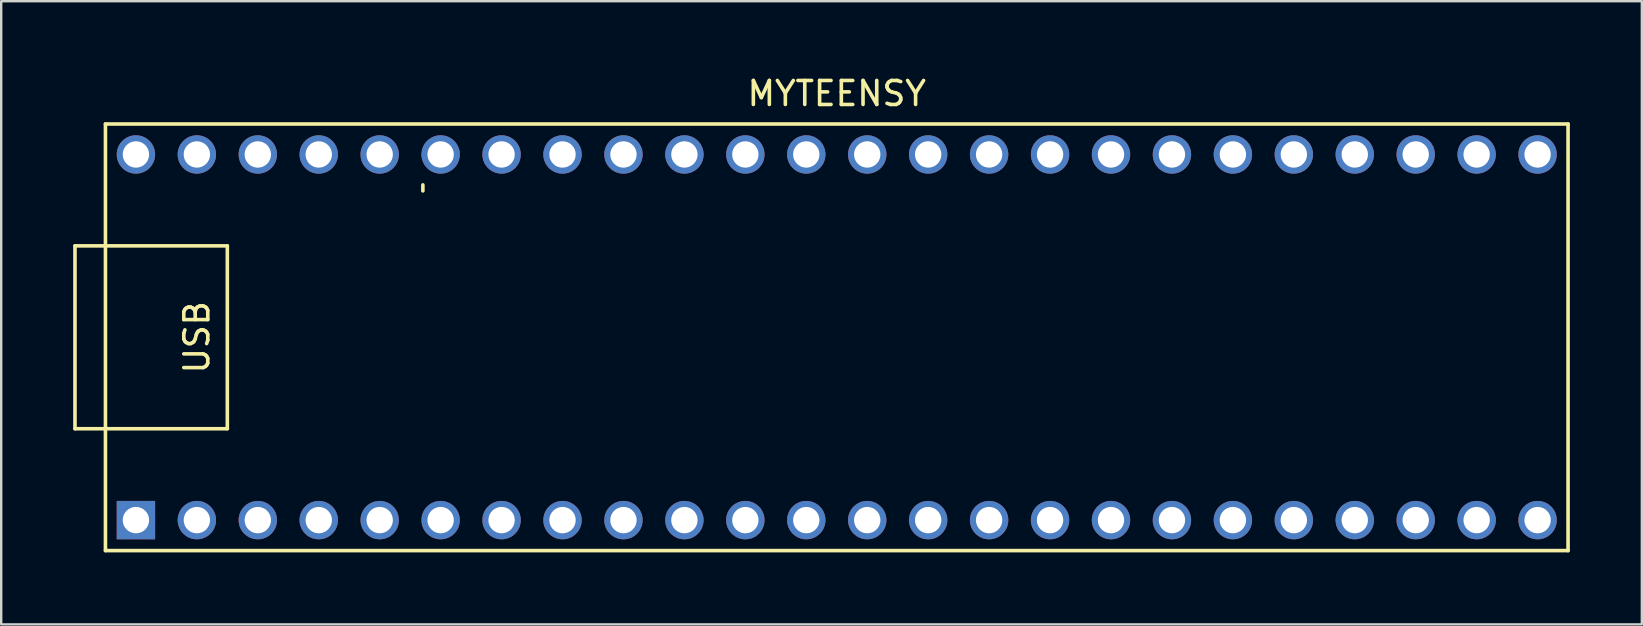
<source format=kicad_pcb>
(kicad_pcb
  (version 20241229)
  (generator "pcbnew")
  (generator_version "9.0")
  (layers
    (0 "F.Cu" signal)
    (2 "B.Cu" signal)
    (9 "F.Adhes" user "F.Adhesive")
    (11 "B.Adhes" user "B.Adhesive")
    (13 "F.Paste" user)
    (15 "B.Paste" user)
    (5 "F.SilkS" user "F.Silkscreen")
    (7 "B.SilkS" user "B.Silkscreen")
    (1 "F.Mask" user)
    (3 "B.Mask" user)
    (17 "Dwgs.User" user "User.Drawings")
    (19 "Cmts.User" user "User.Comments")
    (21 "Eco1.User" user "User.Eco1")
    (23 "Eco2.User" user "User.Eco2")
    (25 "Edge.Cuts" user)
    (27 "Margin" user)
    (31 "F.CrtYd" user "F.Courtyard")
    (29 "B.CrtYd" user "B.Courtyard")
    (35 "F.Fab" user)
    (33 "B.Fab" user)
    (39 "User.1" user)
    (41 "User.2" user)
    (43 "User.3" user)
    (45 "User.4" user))
  (footprint "MYTEENSY"
    (layer "F.Cu")
    (at 31.825 11.008)
    (property "Reference" "MYTEENSY" (at 0 -10.16 0) (layer "F.SilkS") (effects (font (size 1 1) (thickness 0.15))))
    (attr through_hole)
    (fp_line (start -31.75 -3.81) (end -30.48 -3.81) (stroke (width 0.15) (type solid)) (layer "F.SilkS"))
    (fp_line (start -31.75 3.81) (end -31.75 -3.81) (stroke (width 0.15) (type solid)) (layer "F.SilkS"))
    (fp_line (start -30.48 -8.89) (end 30.48 -8.89) (stroke (width 0.15) (type solid)) (layer "F.SilkS"))
    (fp_line (start -30.48 3.81) (end -31.75 3.81) (stroke (width 0.15) (type solid)) (layer "F.SilkS"))
    (fp_line (start -30.48 8.89) (end -30.48 -8.89) (stroke (width 0.15) (type solid)) (layer "F.SilkS"))
    (fp_line (start -25.4 -3.81) (end -30.48 -3.81) (stroke (width 0.15) (type solid)) (layer "F.SilkS"))
    (fp_line (start -25.4 3.81) (end -30.48 3.81) (stroke (width 0.15) (type solid)) (layer "F.SilkS"))
    (fp_line (start -25.4 3.81) (end -25.4 -3.81) (stroke (width 0.15) (type solid)) (layer "F.SilkS"))
    (fp_line (start -17.25 -6.352) (end -17.25 -6.102) (stroke (width 0.15) (type solid)) (layer "F.SilkS"))
    (fp_line (start 30.48 -8.89) (end 30.48 8.89) (stroke (width 0.15) (type solid)) (layer "F.SilkS"))
    (fp_line (start 30.48 8.89) (end -30.48 8.89) (stroke (width 0.15) (type solid)) (layer "F.SilkS"))
    (fp_text user "USB" (at -26.67 0 270) (layer "F.SilkS") (effects (font (size 1 1) (thickness 0.15))))
    (pad "1" thru_hole rect (at -29.21 7.62) (size 1.6 1.6) (drill 1.1) (layers "*.Cu" "*.Mask"))
    (pad "2" thru_hole circle (at -26.67 7.62) (size 1.6 1.6) (drill 1.1) (layers "*.Cu" "*.Mask"))
    (pad "3" thru_hole circle (at -24.13 7.62) (size 1.6 1.6) (drill 1.1) (layers "*.Cu" "*.Mask"))
    (pad "4" thru_hole circle (at -21.59 7.62) (size 1.6 1.6) (drill 1.1) (layers "*.Cu" "*.Mask"))
    (pad "5" thru_hole circle (at -19.05 7.62) (size 1.6 1.6) (drill 1.1) (layers "*.Cu" "*.Mask"))
    (pad "6" thru_hole circle (at -16.51 7.62) (size 1.6 1.6) (drill 1.1) (layers "*.Cu" "*.Mask"))
    (pad "7" thru_hole circle (at -13.97 7.62) (size 1.6 1.6) (drill 1.1) (layers "*.Cu" "*.Mask"))
    (pad "8" thru_hole circle (at -11.43 7.62) (size 1.6 1.6) (drill 1.1) (layers "*.Cu" "*.Mask"))
    (pad "9" thru_hole circle (at -8.89 7.62) (size 1.6 1.6) (drill 1.1) (layers "*.Cu" "*.Mask"))
    (pad "10" thru_hole circle (at -6.35 7.62) (size 1.6 1.6) (drill 1.1) (layers "*.Cu" "*.Mask"))
    (pad "11" thru_hole circle (at -3.81 7.62) (size 1.6 1.6) (drill 1.1) (layers "*.Cu" "*.Mask"))
    (pad "12" thru_hole circle (at -1.27 7.62) (size 1.6 1.6) (drill 1.1) (layers "*.Cu" "*.Mask"))
    (pad "13" thru_hole circle (at 1.27 7.62) (size 1.6 1.6) (drill 1.1) (layers "*.Cu" "*.Mask"))
    (pad "14" thru_hole circle (at 3.81 7.62) (size 1.6 1.6) (drill 1.1) (layers "*.Cu" "*.Mask"))
    (pad "15" thru_hole circle (at 6.35 7.62) (size 1.6 1.6) (drill 1.1) (layers "*.Cu" "*.Mask"))
    (pad "16" thru_hole circle (at 8.89 7.62) (size 1.6 1.6) (drill 1.1) (layers "*.Cu" "*.Mask"))
    (pad "17" thru_hole circle (at 11.43 7.62) (size 1.6 1.6) (drill 1.1) (layers "*.Cu" "*.Mask"))
    (pad "18" thru_hole circle (at 13.97 7.62) (size 1.6 1.6) (drill 1.1) (layers "*.Cu" "*.Mask"))
    (pad "19" thru_hole circle (at 16.51 7.62) (size 1.6 1.6) (drill 1.1) (layers "*.Cu" "*.Mask"))
    (pad "20" thru_hole circle (at 19.05 7.62) (size 1.6 1.6) (drill 1.1) (layers "*.Cu" "*.Mask"))
    (pad "21" thru_hole circle (at 21.59 7.62) (size 1.6 1.6) (drill 1.1) (layers "*.Cu" "*.Mask"))
    (pad "22" thru_hole circle (at 24.13 7.62) (size 1.6 1.6) (drill 1.1) (layers "*.Cu" "*.Mask"))
    (pad "23" thru_hole circle (at 26.67 7.62) (size 1.6 1.6) (drill 1.1) (layers "*.Cu" "*.Mask"))
    (pad "24" thru_hole circle (at 29.21 7.62) (size 1.6 1.6) (drill 1.1) (layers "*.Cu" "*.Mask"))
    (pad "25" thru_hole circle (at 29.21 -7.62) (size 1.6 1.6) (drill 1.1) (layers "*.Cu" "*.Mask"))
    (pad "26" thru_hole circle (at 26.67 -7.62) (size 1.6 1.6) (drill 1.1) (layers "*.Cu" "*.Mask"))
    (pad "27" thru_hole circle (at 24.13 -7.62) (size 1.6 1.6) (drill 1.1) (layers "*.Cu" "*.Mask"))
    (pad "28" thru_hole circle (at 21.59 -7.62) (size 1.6 1.6) (drill 1.1) (layers "*.Cu" "*.Mask"))
    (pad "29" thru_hole circle (at 19.05 -7.62) (size 1.6 1.6) (drill 1.1) (layers "*.Cu" "*.Mask"))
    (pad "30" thru_hole circle (at 16.51 -7.62) (size 1.6 1.6) (drill 1.1) (layers "*.Cu" "*.Mask"))
    (pad "31" thru_hole circle (at 13.97 -7.62) (size 1.6 1.6) (drill 1.1) (layers "*.Cu" "*.Mask"))
    (pad "32" thru_hole circle (at 11.43 -7.62) (size 1.6 1.6) (drill 1.1) (layers "*.Cu" "*.Mask"))
    (pad "33" thru_hole circle (at 8.89 -7.62) (size 1.6 1.6) (drill 1.1) (layers "*.Cu" "*.Mask"))
    (pad "34" thru_hole circle (at 6.35 -7.62) (size 1.6 1.6) (drill 1.1) (layers "*.Cu" "*.Mask"))
    (pad "35" thru_hole circle (at 3.81 -7.62) (size 1.6 1.6) (drill 1.1) (layers "*.Cu" "*.Mask"))
    (pad "36" thru_hole circle (at 1.27 -7.62) (size 1.6 1.6) (drill 1.1) (layers "*.Cu" "*.Mask"))
    (pad "37" thru_hole circle (at -1.27 -7.62) (size 1.6 1.6) (drill 1.1) (layers "*.Cu" "*.Mask"))
    (pad "38" thru_hole circle (at -3.81 -7.62) (size 1.6 1.6) (drill 1.1) (layers "*.Cu" "*.Mask"))
    (pad "39" thru_hole circle (at -6.35 -7.62) (size 1.6 1.6) (drill 1.1) (layers "*.Cu" "*.Mask"))
    (pad "40" thru_hole circle (at -8.89 -7.62) (size 1.6 1.6) (drill 1.1) (layers "*.Cu" "*.Mask"))
    (pad "41" thru_hole circle (at -11.43 -7.62) (size 1.6 1.6) (drill 1.1) (layers "*.Cu" "*.Mask"))
    (pad "42" thru_hole circle (at -13.97 -7.62) (size 1.6 1.6) (drill 1.1) (layers "*.Cu" "*.Mask"))
    (pad "43" thru_hole circle (at -16.51 -7.62) (size 1.6 1.6) (drill 1.1) (layers "*.Cu" "*.Mask"))
    (pad "44" thru_hole circle (at -19.05 -7.62) (size 1.6 1.6) (drill 1.1) (layers "*.Cu" "*.Mask"))
    (pad "45" thru_hole circle (at -21.59 -7.62) (size 1.6 1.6) (drill 1.1) (layers "*.Cu" "*.Mask"))
    (pad "46" thru_hole circle (at -24.13 -7.62) (size 1.6 1.6) (drill 1.1) (layers "*.Cu" "*.Mask"))
    (pad "47" thru_hole circle (at -26.67 -7.62) (size 1.6 1.6) (drill 1.1) (layers "*.Cu" "*.Mask"))
    (pad "48" thru_hole circle (at -29.21 -7.62) (size 1.6 1.6) (drill 1.1) (layers "*.Cu" "*.Mask")))
  (gr_rect
    (start -3 -3)
    (end 65.38 22.973)
    (stroke (width 0.1) (type default))
    (fill no)
    (layer "Edge.Cuts")))
</source>
